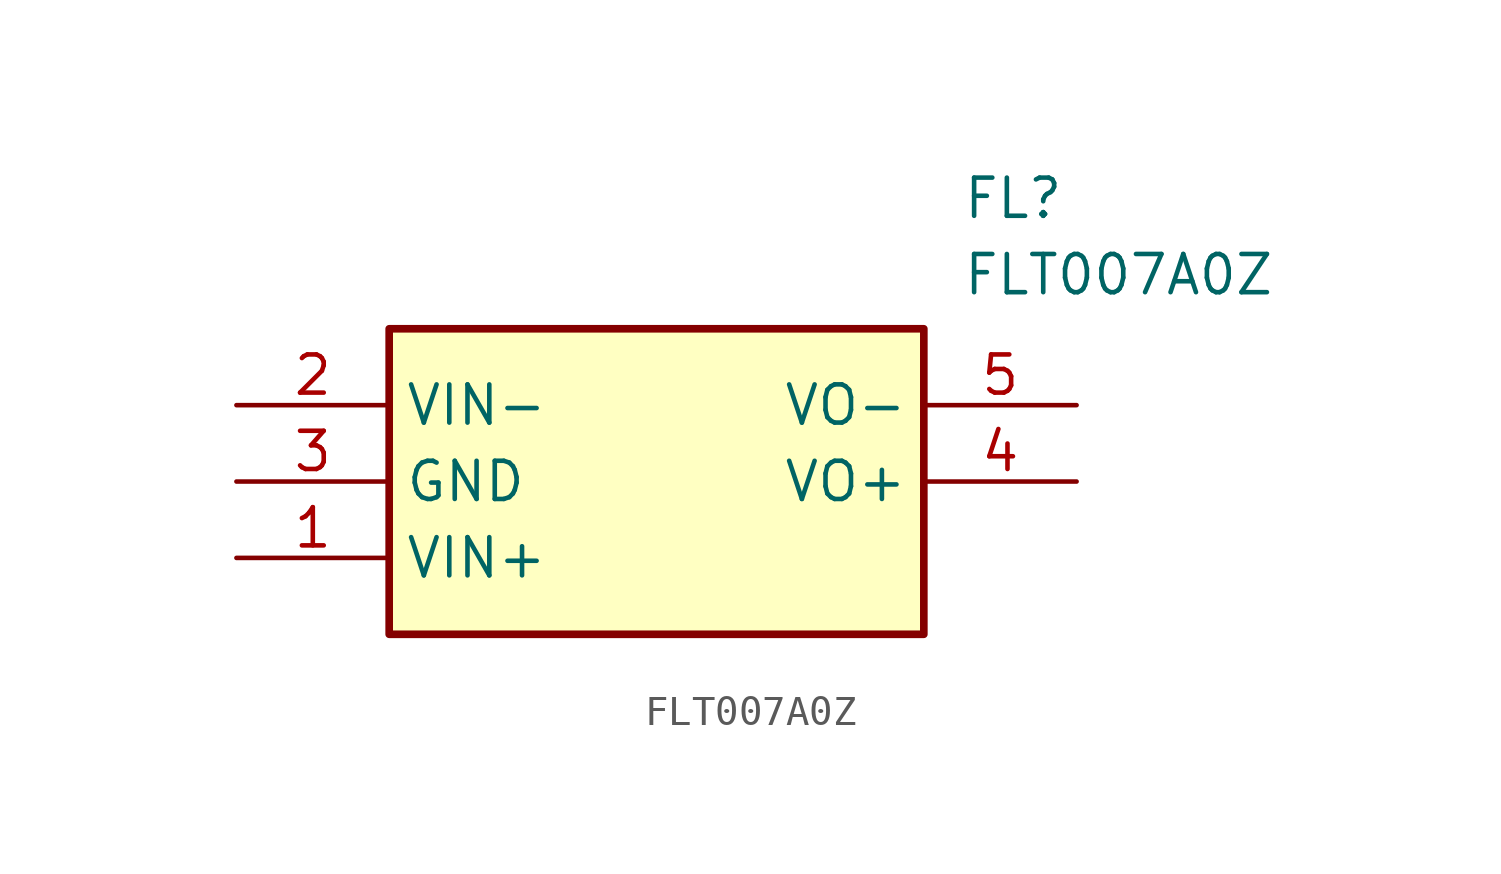
<source format=kicad_sym>
(kicad_symbol_lib
  (version 20211014)
  (generator SamacSys_ECAD_Model)
  (symbol "FLT007A0Z"
    (property "Reference" "FL"
      (at 24.13 7.62 0)
      (effects (font (size 1.27 1.27)) (justify left top)))
    (property "Value" "FLT007A0Z"
      (at 24.13 5.08 0)
      (effects (font (size 1.27 1.27)) (justify left top)))
    (rectangle
      (start 5.08 2.54)
      (end 22.86 -7.62)
      (stroke (width 0.254) (type default))
      (fill (type background)))
    (pin passive line
      (at 0 -5.08 0)
      (length 5.08)
      (name "VIN+" (effects (font (size 1.27 1.27))))
      (number "1" (effects (font (size 1.27 1.27)))))
    (pin passive line
      (at 0 0 0)
      (length 5.08)
      (name "VIN-" (effects (font (size 1.27 1.27))))
      (number "2" (effects (font (size 1.27 1.27)))))
    (pin passive line
      (at 0 -2.54 0)
      (length 5.08)
      (name "GND" (effects (font (size 1.27 1.27))))
      (number "3" (effects (font (size 1.27 1.27)))))
    (pin passive line
      (at 27.94 -2.54 180)
      (length 5.08)
      (name "VO+" (effects (font (size 1.27 1.27))))
      (number "4" (effects (font (size 1.27 1.27)))))
    (pin passive line
      (at 27.94 0 180)
      (length 5.08)
      (name "VO-" (effects (font (size 1.27 1.27))))
      (number "5" (effects (font (size 1.27 1.27)))))))
</source>
